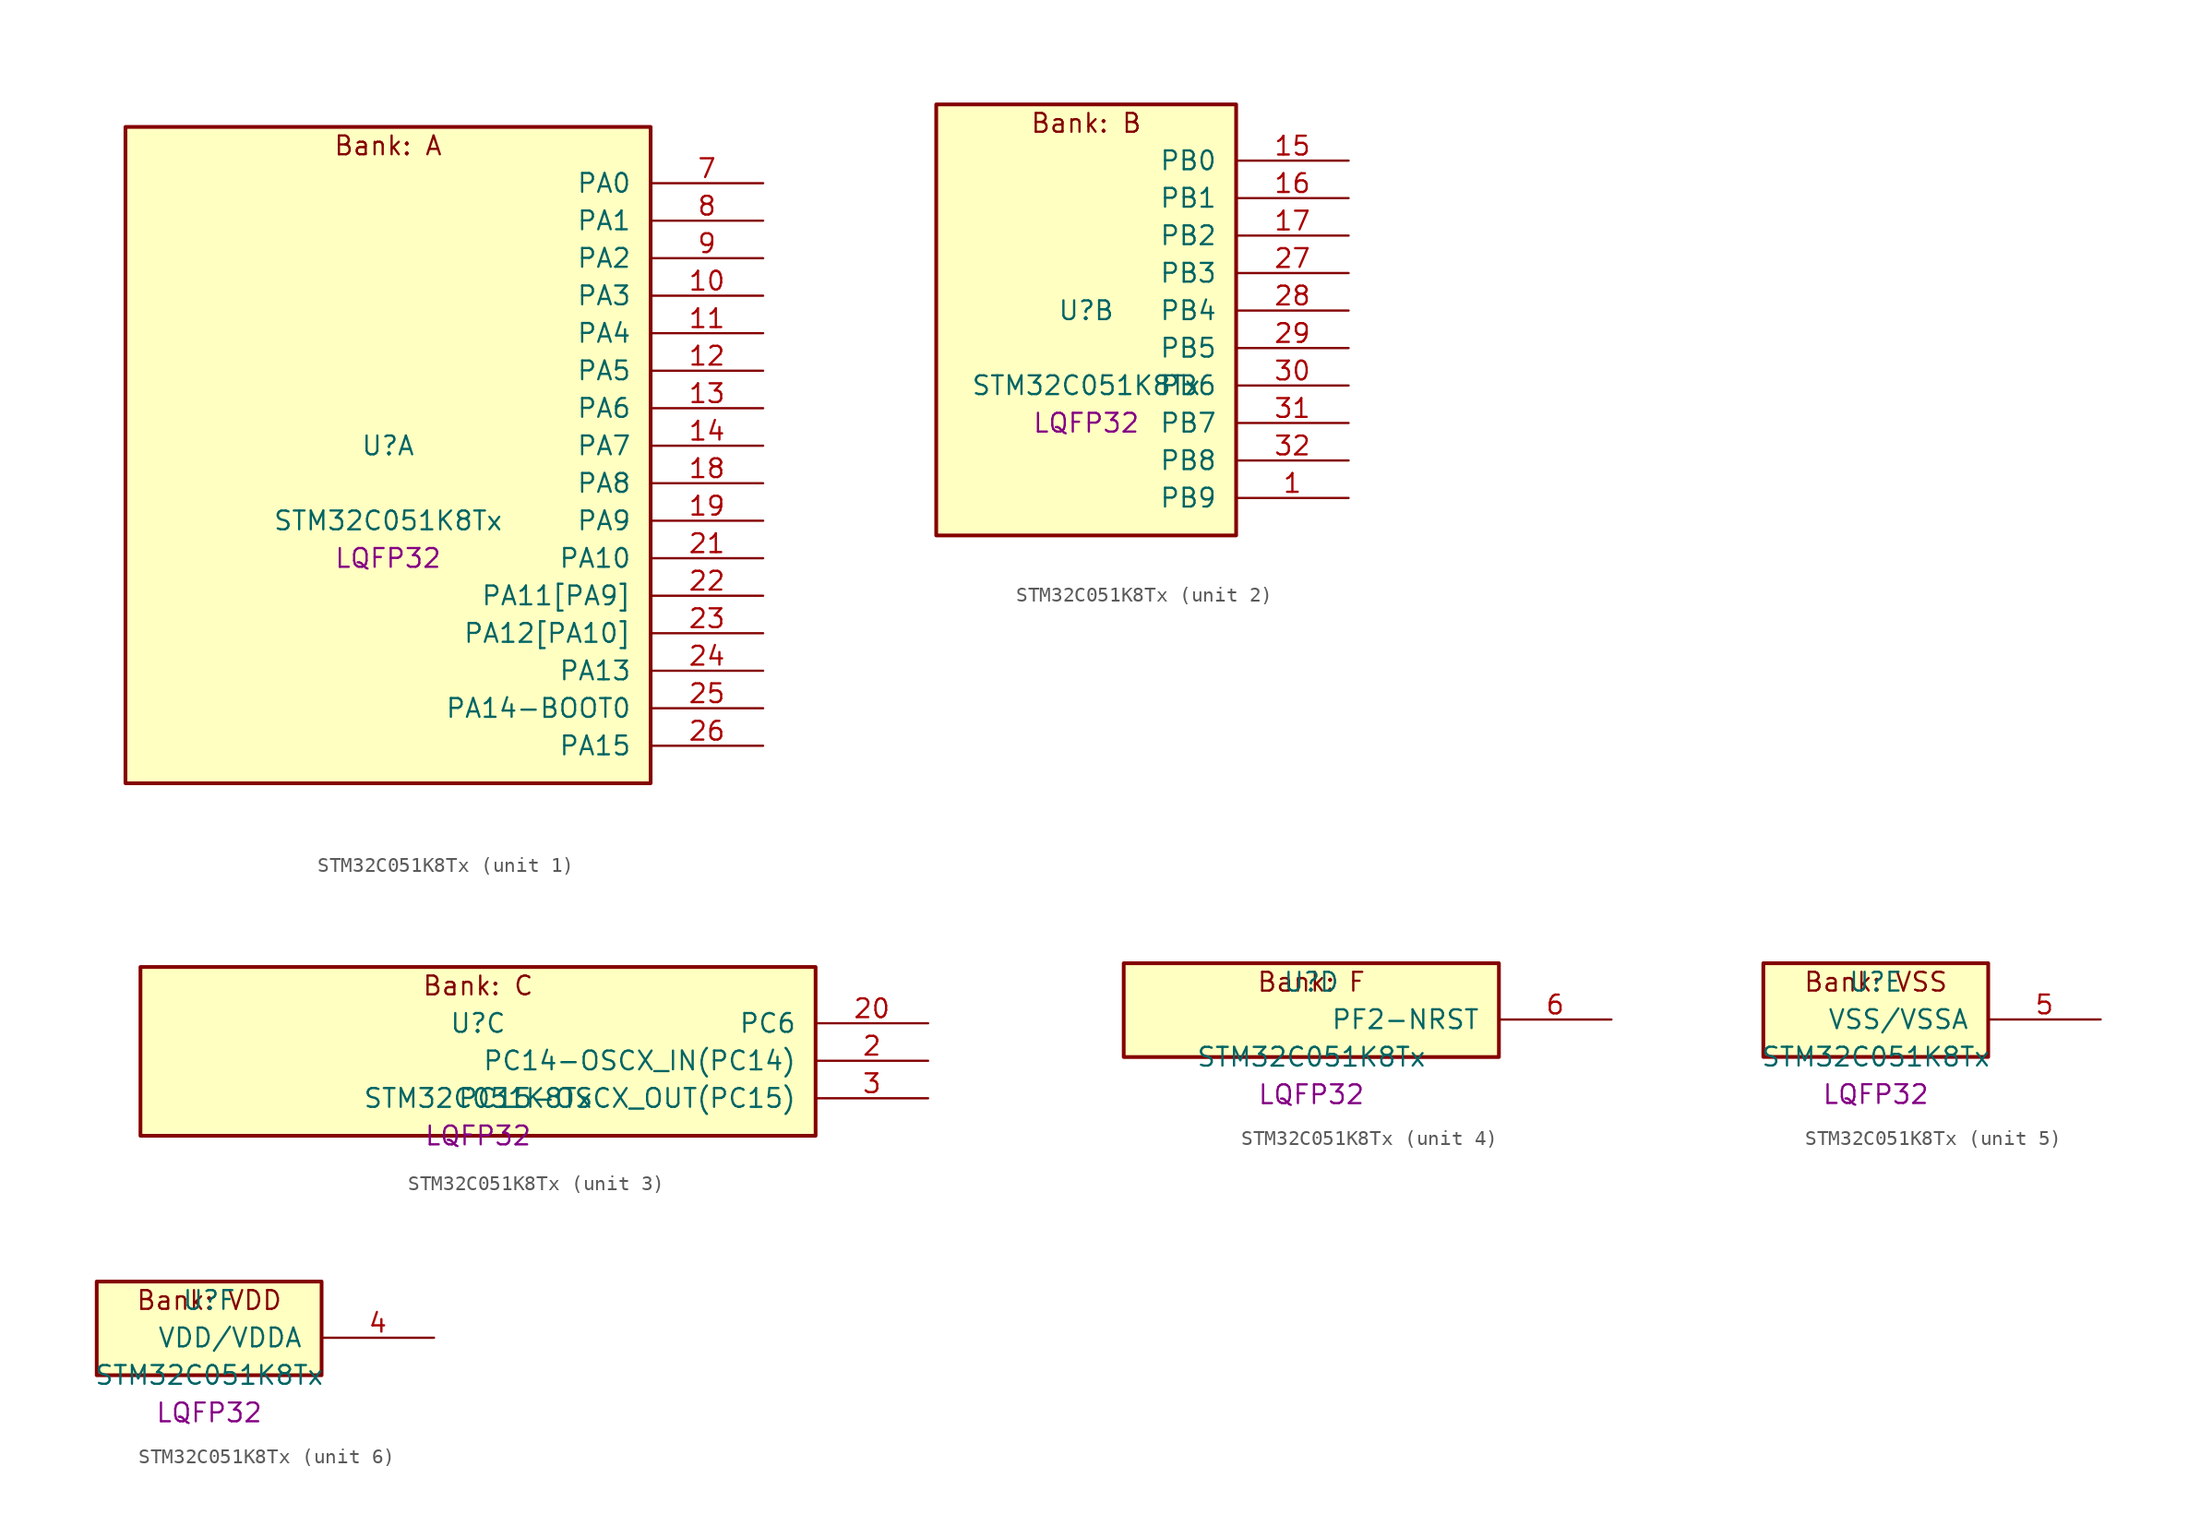
<source format=kicad_sym>
(kicad_symbol_lib
  (version 20241209)
  (generator "stm32_pkl_generator")
  (generator_version "1.0")
  (symbol "STM32C051K8Tx"
    (pin_names
      (offset 1.27))
    (property "Reference" "U"
      (at 0 2.54 0))
    (property "Value" "STM32C051K8Tx"
      (at 0 -2.54 0))
    (property "Footprint" "LQFP32"
      (at 0 -5.08 0))
    (symbol "STM32C051K8Tx_1_1"
      (rectangle (start -17.78 24.13) (end 17.78 -20.32) (stroke (width 0.254) (type solid)) (fill (type background)))
      (text "Bank: A" (at 0 22.86 0))
      (pin bidirectional line (at 25.4 20.32 180) (length 7.62) (name "PA0") (number "7") (alternate "PA0/ADC1_IN0" bidirectional line) (alternate "PA0/PWR_WKUP1" bidirectional line) (alternate "PA0/SPI2_SCK" bidirectional line) (alternate "PA0/TIM16_CH1" bidirectional line) (alternate "PA0/TIM1_CH1" bidirectional line) (alternate "PA0/TIM2_CH1" bidirectional line) (alternate "PA0/TIM2_ETR" bidirectional line) (alternate "PA0/USART1_TX" bidirectional line) (alternate "PA0/USART2_CTS" bidirectional line) (alternate "PA0/USART2_NSS" bidirectional line))
      (pin bidirectional line (at 25.4 17.78 180) (length 7.62) (name "PA1") (number "8") (alternate "PA1/ADC1_IN1" bidirectional line) (alternate "PA1/I2C1_SMBA" bidirectional line) (alternate "PA1/I2S1_CK" bidirectional line) (alternate "PA1/SPI1_SCK" bidirectional line) (alternate "PA1/TIM17_CH1" bidirectional line) (alternate "PA1/TIM1_CH2" bidirectional line) (alternate "PA1/TIM2_CH2" bidirectional line) (alternate "PA1/USART1_RX" bidirectional line) (alternate "PA1/USART2_CK" bidirectional line) (alternate "PA1/USART2_DE" bidirectional line) (alternate "PA1/USART2_RTS" bidirectional line))
      (pin bidirectional line (at 25.4 15.24 180) (length 7.62) (name "PA2") (number "9") (alternate "PA2/ADC1_IN2" bidirectional line) (alternate "PA2/I2S1_SD" bidirectional line) (alternate "PA2/PWR_WKUP4" bidirectional line) (alternate "PA2/RCC_LSCO" bidirectional line) (alternate "PA2/SPI1_MOSI" bidirectional line) (alternate "PA2/TIM16_CH1N" bidirectional line) (alternate "PA2/TIM1_CH3" bidirectional line) (alternate "PA2/TIM2_CH3" bidirectional line) (alternate "PA2/TIM3_ETR" bidirectional line) (alternate "PA2/USART2_TX" bidirectional line))
      (pin bidirectional line (at 25.4 12.7 180) (length 7.62) (name "PA3") (number "10") (alternate "PA3/ADC1_IN3" bidirectional line) (alternate "PA3/SPI2_MISO" bidirectional line) (alternate "PA3/TIM1_CH1N" bidirectional line) (alternate "PA3/TIM1_CH4" bidirectional line) (alternate "PA3/TIM2_CH4" bidirectional line) (alternate "PA3/USART2_RX" bidirectional line))
      (pin bidirectional line (at 25.4 10.16 180) (length 7.62) (name "PA4") (number "11") (alternate "PA4/ADC1_IN4" bidirectional line) (alternate "PA4/I2S1_WS" bidirectional line) (alternate "PA4/PWR_WKUP2" bidirectional line) (alternate "PA4/RTC_OUT1" bidirectional line) (alternate "PA4/RTC_TS" bidirectional line) (alternate "PA4/SPI1_NSS" bidirectional line) (alternate "PA4/SPI2_MOSI" bidirectional line) (alternate "PA4/TIM14_CH1" bidirectional line) (alternate "PA4/TIM17_CH1N" bidirectional line) (alternate "PA4/TIM1_CH2N" bidirectional line) (alternate "PA4/USART2_TX" bidirectional line))
      (pin bidirectional line (at 25.4 7.62 180) (length 7.62) (name "PA5") (number "12") (alternate "PA5/ADC1_IN5" bidirectional line) (alternate "PA5/I2S1_CK" bidirectional line) (alternate "PA5/SPI1_SCK" bidirectional line) (alternate "PA5/TIM1_CH1" bidirectional line) (alternate "PA5/TIM1_CH3N" bidirectional line) (alternate "PA5/TIM2_CH1" bidirectional line) (alternate "PA5/TIM2_ETR" bidirectional line) (alternate "PA5/USART2_RX" bidirectional line))
      (pin bidirectional line (at 25.4 5.08 180) (length 7.62) (name "PA6") (number "13") (alternate "PA6/ADC1_IN6" bidirectional line) (alternate "PA6/I2C2_SDA" bidirectional line) (alternate "PA6/I2S1_MCK" bidirectional line) (alternate "PA6/SPI1_MISO" bidirectional line) (alternate "PA6/TIM16_CH1" bidirectional line) (alternate "PA6/TIM1_BKIN" bidirectional line) (alternate "PA6/TIM3_CH1" bidirectional line) (alternate "PA6/USART1_TX" bidirectional line))
      (pin bidirectional line (at 25.4 2.54 180) (length 7.62) (name "PA7") (number "14") (alternate "PA7/ADC1_IN7" bidirectional line) (alternate "PA7/I2C2_SCL" bidirectional line) (alternate "PA7/I2S1_SD" bidirectional line) (alternate "PA7/SPI1_MOSI" bidirectional line) (alternate "PA7/TIM14_CH1" bidirectional line) (alternate "PA7/TIM17_CH1" bidirectional line) (alternate "PA7/TIM1_CH1N" bidirectional line) (alternate "PA7/TIM3_CH2" bidirectional line) (alternate "PA7/USART1_RX" bidirectional line))
      (pin bidirectional line (at 25.4 0 180) (length 7.62) (name "PA8") (number "18") (alternate "PA8/ADC1_IN8" bidirectional line) (alternate "PA8/I2S1_WS" bidirectional line) (alternate "PA8/RCC_MCO" bidirectional line) (alternate "PA8/RCC_MCO_2" bidirectional line) (alternate "PA8/SPI1_NSS" bidirectional line) (alternate "PA8/SPI2_MISO" bidirectional line) (alternate "PA8/SPI2_NSS" bidirectional line) (alternate "PA8/TIM14_CH1" bidirectional line) (alternate "PA8/TIM1_CH1" bidirectional line) (alternate "PA8/TIM1_CH2N" bidirectional line) (alternate "PA8/TIM1_CH3N" bidirectional line) (alternate "PA8/TIM3_CH3" bidirectional line) (alternate "PA8/TIM3_CH4" bidirectional line) (alternate "PA8/USART1_RX" bidirectional line) (alternate "PA8/USART2_TX" bidirectional line))
      (pin bidirectional line (at 25.4 -2.54 180) (length 7.62) (name "PA9") (number "19") (alternate "PA9/I2C1_SCL" bidirectional line) (alternate "PA9/I2C2_SCL" bidirectional line) (alternate "PA9/RCC_MCO" bidirectional line) (alternate "PA9/SPI2_MISO" bidirectional line) (alternate "PA9/TIM1_CH2" bidirectional line) (alternate "PA9/TIM3_ETR" bidirectional line) (alternate "PA9/USART1_TX" bidirectional line) (alternate "PA9/NC" bidirectional line))
      (pin bidirectional line (at 25.4 -5.08 180) (length 7.62) (name "PA10") (number "21") (alternate "PA10/I2C1_SDA" bidirectional line) (alternate "PA10/I2C2_SDA" bidirectional line) (alternate "PA10/RCC_MCO_2" bidirectional line) (alternate "PA10/SPI2_MOSI" bidirectional line) (alternate "PA10/TIM17_BKIN" bidirectional line) (alternate "PA10/TIM1_CH3" bidirectional line) (alternate "PA10/USART1_RX" bidirectional line) (alternate "PA10/NC" bidirectional line))
      (pin bidirectional line (at 25.4 -7.62 180) (length 7.62) (name "PA11[PA9]") (number "22") (alternate "PA11[PA9]/ADC1_EXTI11" bidirectional line) (alternate "PA11[PA9]/ADC1_IN11" bidirectional line) (alternate "PA11[PA9]/I2C2_SCL" bidirectional line) (alternate "PA11[PA9]/I2S1_MCK" bidirectional line) (alternate "PA11[PA9]/SPI1_MISO" bidirectional line) (alternate "PA11[PA9]/TIM1_BKIN2" bidirectional line) (alternate "PA11[PA9]/TIM1_CH4" bidirectional line) (alternate "PA11[PA9]/USART1_CTS" bidirectional line) (alternate "PA11[PA9]/USART1_NSS" bidirectional line) (alternate "PA11[PA9]/PA9[PA11]" bidirectional line) (alternate "PA11[PA9]/I2C1_SCL" bidirectional line) (alternate "PA11[PA9]/RCC_MCO" bidirectional line) (alternate "PA11[PA9]/SPI2_MISO" bidirectional line) (alternate "PA11[PA9]/TIM1_CH2" bidirectional line) (alternate "PA11[PA9]/TIM3_ETR" bidirectional line) (alternate "PA11[PA9]/USART1_TX" bidirectional line))
      (pin bidirectional line (at 25.4 -10.16 180) (length 7.62) (name "PA12[PA10]") (number "23") (alternate "PA12[PA10]/ADC1_IN12" bidirectional line) (alternate "PA12[PA10]/I2C2_SDA" bidirectional line) (alternate "PA12[PA10]/I2S1_SD" bidirectional line) (alternate "PA12[PA10]/I2S_CKIN" bidirectional line) (alternate "PA12[PA10]/SPI1_MOSI" bidirectional line) (alternate "PA12[PA10]/TIM1_ETR" bidirectional line) (alternate "PA12[PA10]/USART1_CK" bidirectional line) (alternate "PA12[PA10]/USART1_DE" bidirectional line) (alternate "PA12[PA10]/USART1_RTS" bidirectional line) (alternate "PA12[PA10]/PA10[PA12]" bidirectional line) (alternate "PA12[PA10]/I2C1_SDA" bidirectional line) (alternate "PA12[PA10]/RCC_MCO_2" bidirectional line) (alternate "PA12[PA10]/SPI2_MOSI" bidirectional line) (alternate "PA12[PA10]/TIM17_BKIN" bidirectional line) (alternate "PA12[PA10]/TIM1_CH3" bidirectional line) (alternate "PA12[PA10]/USART1_RX" bidirectional line))
      (pin bidirectional line (at 25.4 -12.7 180) (length 7.62) (name "PA13") (number "24") (alternate "PA13/ADC1_IN13" bidirectional line) (alternate "PA13/DEBUG_SWDIO" bidirectional line) (alternate "PA13/IR_OUT" bidirectional line) (alternate "PA13/TIM3_ETR" bidirectional line) (alternate "PA13/USART2_RX" bidirectional line))
      (pin bidirectional line (at 25.4 -15.24 180) (length 7.62) (name "PA14-BOOT0") (number "25") (alternate "PA14-BOOT0/ADC1_IN14" bidirectional line) (alternate "PA14-BOOT0/BOOT0" bidirectional line) (alternate "PA14-BOOT0/DEBUG_SWCLK" bidirectional line) (alternate "PA14-BOOT0/I2S1_WS" bidirectional line) (alternate "PA14-BOOT0/RCC_MCO_2" bidirectional line) (alternate "PA14-BOOT0/SPI1_NSS" bidirectional line) (alternate "PA14-BOOT0/TIM1_CH1" bidirectional line) (alternate "PA14-BOOT0/USART1_CK" bidirectional line) (alternate "PA14-BOOT0/USART1_DE" bidirectional line) (alternate "PA14-BOOT0/USART1_RTS" bidirectional line) (alternate "PA14-BOOT0/USART2_RX" bidirectional line) (alternate "PA14-BOOT0/USART2_TX" bidirectional line))
      (pin bidirectional line (at 25.4 -17.78 180) (length 7.62) (name "PA15") (number "26") (alternate "PA15/I2S1_WS" bidirectional line) (alternate "PA15/RCC_MCO_2" bidirectional line) (alternate "PA15/SPI1_NSS" bidirectional line) (alternate "PA15/TIM1_CH1" bidirectional line) (alternate "PA15/TIM2_CH1" bidirectional line) (alternate "PA15/TIM2_ETR" bidirectional line) (alternate "PA15/USART1_CK" bidirectional line) (alternate "PA15/USART1_DE" bidirectional line) (alternate "PA15/USART1_RTS" bidirectional line) (alternate "PA15/USART2_RX" bidirectional line)))
    (symbol "STM32C051K8Tx_2_1"
      (rectangle (start -10.16 16.51) (end 10.16 -12.7) (stroke (width 0.254) (type solid)) (fill (type background)))
      (text "Bank: B" (at 0 15.24 0))
      (pin bidirectional line (at 17.78 12.7 180) (length 7.62) (name "PB0") (number "15") (alternate "PB0/ADC1_IN17" bidirectional line) (alternate "PB0/I2S1_WS" bidirectional line) (alternate "PB0/SPI1_NSS" bidirectional line) (alternate "PB0/TIM1_CH2N" bidirectional line) (alternate "PB0/TIM3_CH3" bidirectional line))
      (pin bidirectional line (at 17.78 10.16 180) (length 7.62) (name "PB1") (number "16") (alternate "PB1/ADC1_IN18" bidirectional line) (alternate "PB1/TIM14_CH1" bidirectional line) (alternate "PB1/TIM1_CH2N" bidirectional line) (alternate "PB1/TIM1_CH3N" bidirectional line) (alternate "PB1/TIM3_CH4" bidirectional line))
      (pin bidirectional line (at 17.78 7.62 180) (length 7.62) (name "PB2") (number "17") (alternate "PB2/ADC1_IN19" bidirectional line) (alternate "PB2/RCC_MCO_2" bidirectional line) (alternate "PB2/SPI2_MISO" bidirectional line) (alternate "PB2/USART1_RX" bidirectional line))
      (pin bidirectional line (at 17.78 5.08 180) (length 7.62) (name "PB3") (number "27") (alternate "PB3/I2C2_SCL" bidirectional line) (alternate "PB3/I2S1_CK" bidirectional line) (alternate "PB3/SPI1_SCK" bidirectional line) (alternate "PB3/TIM1_CH2" bidirectional line) (alternate "PB3/TIM2_CH2" bidirectional line) (alternate "PB3/TIM3_CH2" bidirectional line) (alternate "PB3/USART1_CK" bidirectional line) (alternate "PB3/USART1_DE" bidirectional line) (alternate "PB3/USART1_RTS" bidirectional line))
      (pin bidirectional line (at 17.78 2.54 180) (length 7.62) (name "PB4") (number "28") (alternate "PB4/I2C2_SDA" bidirectional line) (alternate "PB4/I2S1_MCK" bidirectional line) (alternate "PB4/SPI1_MISO" bidirectional line) (alternate "PB4/TIM17_BKIN" bidirectional line) (alternate "PB4/TIM3_CH1" bidirectional line) (alternate "PB4/USART1_CTS" bidirectional line) (alternate "PB4/USART1_NSS" bidirectional line))
      (pin bidirectional line (at 17.78 0 180) (length 7.62) (name "PB5") (number "29") (alternate "PB5/I2C1_SMBA" bidirectional line) (alternate "PB5/I2S1_SD" bidirectional line) (alternate "PB5/PWR_WKUP6" bidirectional line) (alternate "PB5/SPI1_MOSI" bidirectional line) (alternate "PB5/TIM16_BKIN" bidirectional line) (alternate "PB5/TIM3_CH2" bidirectional line) (alternate "PB5/TIM3_CH3" bidirectional line))
      (pin bidirectional line (at 17.78 -2.54 180) (length 7.62) (name "PB6") (number "30") (alternate "PB6/I2C1_SCL" bidirectional line) (alternate "PB6/I2C1_SMBA" bidirectional line) (alternate "PB6/I2S1_CK" bidirectional line) (alternate "PB6/I2S1_MCK" bidirectional line) (alternate "PB6/I2S1_SD" bidirectional line) (alternate "PB6/PWR_WKUP3" bidirectional line) (alternate "PB6/SPI1_MISO" bidirectional line) (alternate "PB6/SPI1_MOSI" bidirectional line) (alternate "PB6/SPI1_SCK" bidirectional line) (alternate "PB6/SPI2_MISO" bidirectional line) (alternate "PB6/TIM16_BKIN" bidirectional line) (alternate "PB6/TIM16_CH1N" bidirectional line) (alternate "PB6/TIM17_BKIN" bidirectional line) (alternate "PB6/TIM1_CH2" bidirectional line) (alternate "PB6/TIM1_CH3" bidirectional line) (alternate "PB6/TIM3_CH1" bidirectional line) (alternate "PB6/TIM3_CH2" bidirectional line) (alternate "PB6/TIM3_CH3" bidirectional line) (alternate "PB6/USART1_CTS" bidirectional line) (alternate "PB6/USART1_NSS" bidirectional line) (alternate "PB6/USART1_TX" bidirectional line))
      (pin bidirectional line (at 17.78 -5.08 180) (length 7.62) (name "PB7") (number "31") (alternate "PB7/I2C1_SCL" bidirectional line) (alternate "PB7/I2C1_SDA" bidirectional line) (alternate "PB7/RTC_REFIN" bidirectional line) (alternate "PB7/SPI2_MOSI" bidirectional line) (alternate "PB7/TIM16_CH1" bidirectional line) (alternate "PB7/TIM17_CH1N" bidirectional line) (alternate "PB7/TIM1_CH1" bidirectional line) (alternate "PB7/TIM1_CH4" bidirectional line) (alternate "PB7/TIM3_CH1" bidirectional line) (alternate "PB7/TIM3_CH4" bidirectional line) (alternate "PB7/USART1_RX" bidirectional line) (alternate "PB7/USART2_CTS" bidirectional line) (alternate "PB7/USART2_NSS" bidirectional line))
      (pin bidirectional line (at 17.78 -7.62 180) (length 7.62) (name "PB8") (number "32") (alternate "PB8/I2C1_SCL" bidirectional line) (alternate "PB8/SPI2_SCK" bidirectional line) (alternate "PB8/TIM16_CH1" bidirectional line) (alternate "PB8/TIM3_CH1" bidirectional line) (alternate "PB8/USART2_CTS" bidirectional line) (alternate "PB8/USART2_NSS" bidirectional line))
      (pin bidirectional line (at 17.78 -10.16 180) (length 7.62) (name "PB9") (number "1") (alternate "PB9/I2C1_SDA" bidirectional line) (alternate "PB9/IR_OUT" bidirectional line) (alternate "PB9/SPI2_NSS" bidirectional line) (alternate "PB9/TIM17_CH1" bidirectional line) (alternate "PB9/TIM3_CH2" bidirectional line) (alternate "PB9/USART2_CK" bidirectional line) (alternate "PB9/USART2_DE" bidirectional line) (alternate "PB9/USART2_RTS" bidirectional line)))
    (symbol "STM32C051K8Tx_3_1"
      (rectangle (start -22.86 6.35) (end 22.86 -5.08) (stroke (width 0.254) (type solid)) (fill (type background)))
      (text "Bank: C" (at 0 5.08 0))
      (pin bidirectional line (at 30.48 2.54 180) (length 7.62) (name "PC6") (number "20") (alternate "PC6/TIM2_CH3" bidirectional line) (alternate "PC6/TIM3_CH1" bidirectional line))
      (pin bidirectional line (at 30.48 0 180) (length 7.62) (name "PC14-OSCX_IN(PC14)") (number "2") (alternate "PC14-OSCX_IN(PC14)/I2C1_SDA" bidirectional line) (alternate "PC14-OSCX_IN(PC14)/IR_OUT" bidirectional line) (alternate "PC14-OSCX_IN(PC14)/RCC_OSCX_IN" bidirectional line) (alternate "PC14-OSCX_IN(PC14)/SPI2_NSS" bidirectional line) (alternate "PC14-OSCX_IN(PC14)/TIM17_CH1" bidirectional line) (alternate "PC14-OSCX_IN(PC14)/TIM1_BKIN2" bidirectional line) (alternate "PC14-OSCX_IN(PC14)/TIM1_ETR" bidirectional line) (alternate "PC14-OSCX_IN(PC14)/TIM3_CH2" bidirectional line) (alternate "PC14-OSCX_IN(PC14)/USART1_RX" bidirectional line) (alternate "PC14-OSCX_IN(PC14)/USART1_TX" bidirectional line) (alternate "PC14-OSCX_IN(PC14)/USART2_CK" bidirectional line) (alternate "PC14-OSCX_IN(PC14)/USART2_DE" bidirectional line) (alternate "PC14-OSCX_IN(PC14)/USART2_RTS" bidirectional line))
      (pin bidirectional line (at 30.48 -2.54 180) (length 7.62) (name "PC15-OSCX_OUT(PC15)") (number "3") (alternate "PC15-OSCX_OUT(PC15)/RCC_OSC32_EN" bidirectional line) (alternate "PC15-OSCX_OUT(PC15)/RCC_OSCX_OUT" bidirectional line) (alternate "PC15-OSCX_OUT(PC15)/RCC_OSC_EN" bidirectional line) (alternate "PC15-OSCX_OUT(PC15)/TIM1_CH2" bidirectional line) (alternate "PC15-OSCX_OUT(PC15)/TIM1_ETR" bidirectional line) (alternate "PC15-OSCX_OUT(PC15)/TIM3_CH3" bidirectional line)))
    (symbol "STM32C051K8Tx_4_1"
      (rectangle (start -12.7 3.81) (end 12.7 -2.54) (stroke (width 0.254) (type solid)) (fill (type background)))
      (text "Bank: F" (at 0 2.54 0))
      (pin bidirectional line (at 20.32 0 180) (length 7.62) (name "PF2-NRST") (number "6") (alternate "PF2-NRST/RCC_MCO" bidirectional line) (alternate "PF2-NRST/TIM1_CH4" bidirectional line)))
    (symbol "STM32C051K8Tx_5_1"
      (rectangle (start -7.62 3.81) (end 7.62 -2.54) (stroke (width 0.254) (type solid)) (fill (type background)))
      (text "Bank: VSS" (at 0 2.54 0))
      (pin power_in line (at 15.24 0 180) (length 7.62) (name "VSS/VSSA") (number "5")))
    (symbol "STM32C051K8Tx_6_1"
      (rectangle (start -7.62 3.81) (end 7.62 -2.54) (stroke (width 0.254) (type solid)) (fill (type background)))
      (text "Bank: VDD" (at 0 2.54 0))
      (pin power_in line (at 15.24 0 180) (length 7.62) (name "VDD/VDDA") (number "4")))))
</source>
